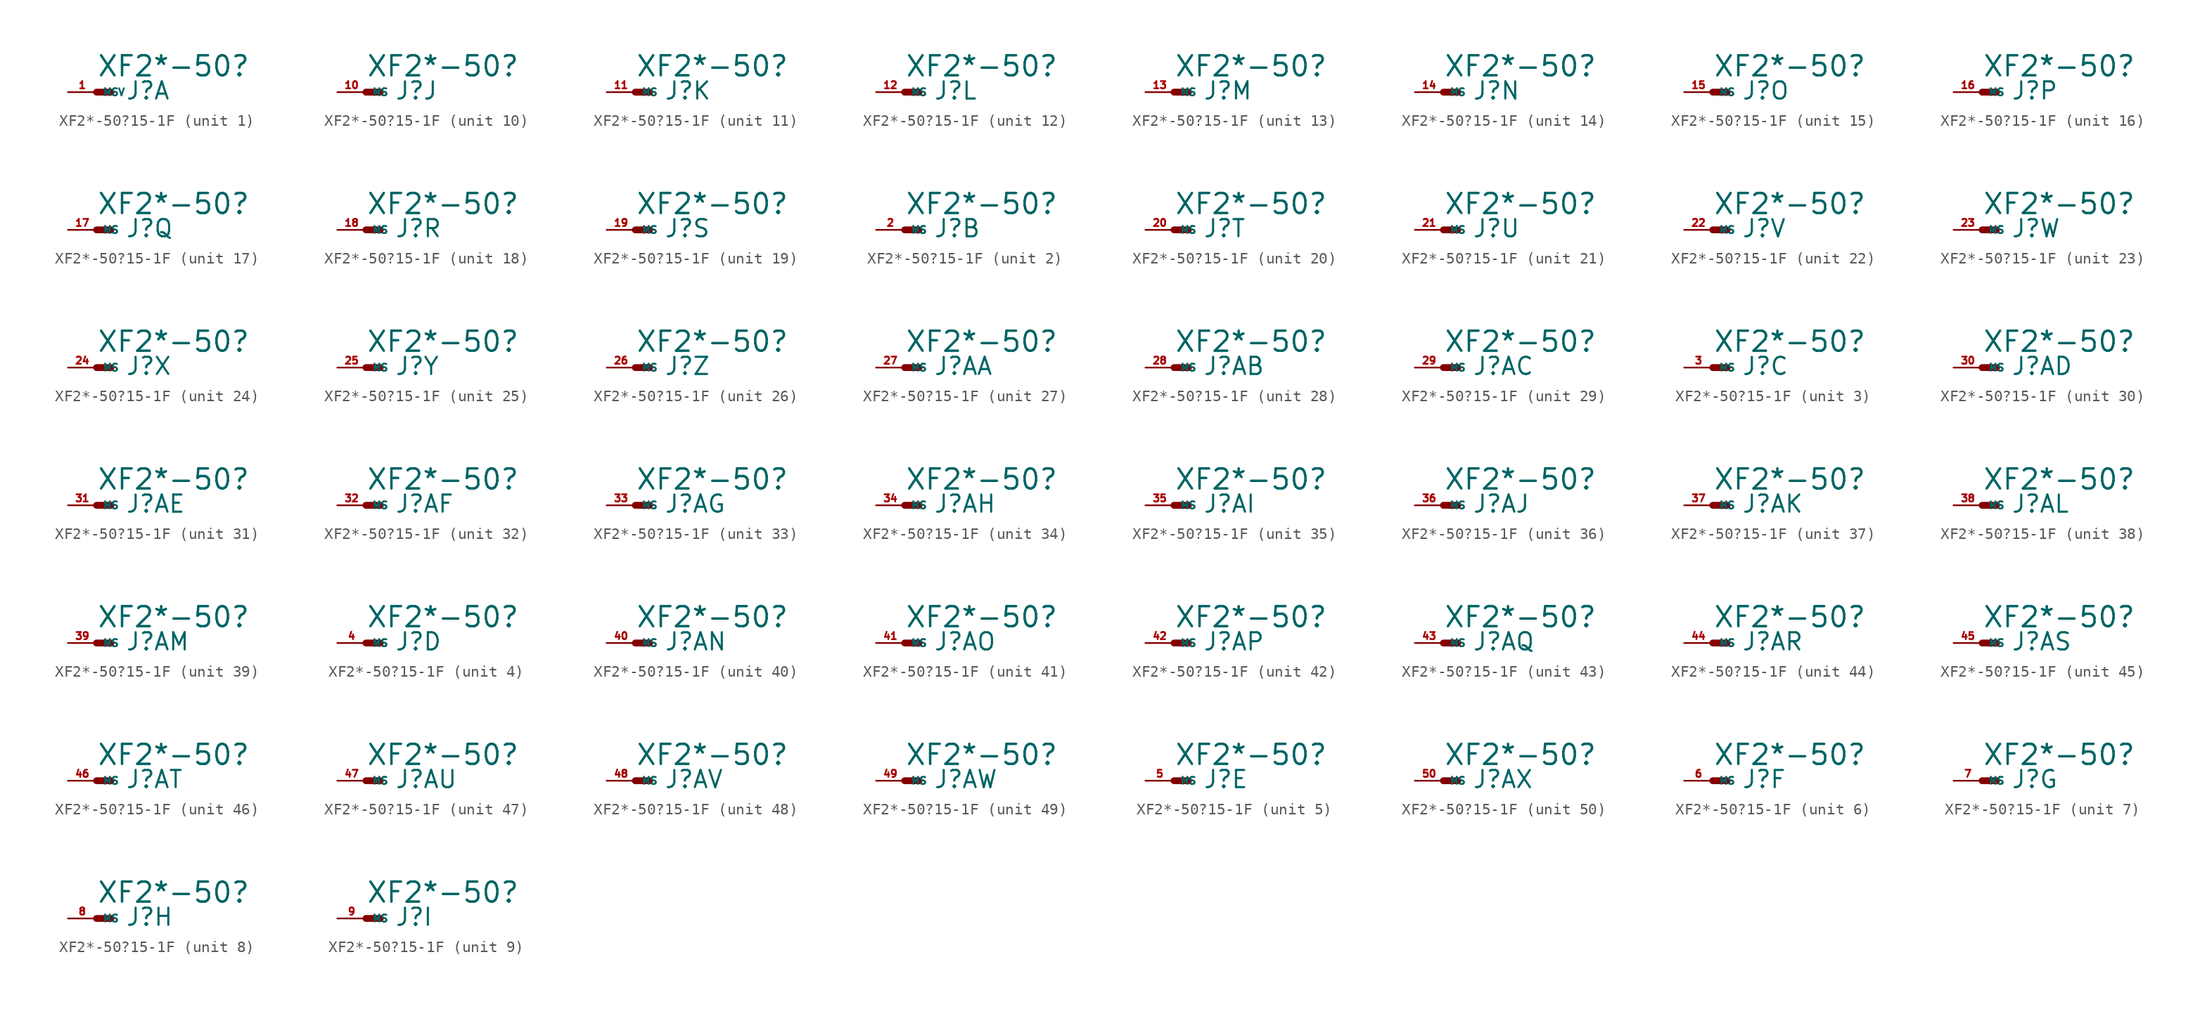
<source format=kicad_sym>
(kicad_symbol_lib
  (version 20220914)
  (generator Eagle2Kicad)
  (symbol "XF2*-50?15-1F"
    (property "Reference" "J"
      (at 2.54 -0.762 0)
      (effects (font (size 1.524 1.524) (thickness 0.19)) (justify left bottom)))
    (property "Value" "XF2*-50?"
      (at 0 1.27 0)
      (effects (font (size 1.778 1.778) (thickness 0.22)) (justify left bottom)))
    (symbol "XF2*-50?15-1F_1_0"
      (polyline (pts (xy 0 0) (xy 1.27 0)) (stroke (width 0.61) (type default)) (fill (type none)))
      (pin passive line (at -2.54 0 0) (length 2.54) (name "MSV" (effects (font (size 0.635 0.635) (thickness 0.08)) (justify left bottom))) (number "1" (effects (font (size 0.635 0.635) (thickness 0.08)) (justify left bottom)))))
    (symbol "XF2*-50?15-1F_2_0"
      (polyline (pts (xy 0 0) (xy 1.27 0)) (stroke (width 0.61) (type default)) (fill (type none)))
      (pin passive line (at -2.54 0 0) (length 2.54) (name "MS" (effects (font (size 0.635 0.635) (thickness 0.08)) (justify left bottom))) (number "2" (effects (font (size 0.635 0.635) (thickness 0.08)) (justify left bottom)))))
    (symbol "XF2*-50?15-1F_3_0"
      (polyline (pts (xy 0 0) (xy 1.27 0)) (stroke (width 0.61) (type default)) (fill (type none)))
      (pin passive line (at -2.54 0 0) (length 2.54) (name "MS" (effects (font (size 0.635 0.635) (thickness 0.08)) (justify left bottom))) (number "3" (effects (font (size 0.635 0.635) (thickness 0.08)) (justify left bottom)))))
    (symbol "XF2*-50?15-1F_4_0"
      (polyline (pts (xy 0 0) (xy 1.27 0)) (stroke (width 0.61) (type default)) (fill (type none)))
      (pin passive line (at -2.54 0 0) (length 2.54) (name "MS" (effects (font (size 0.635 0.635) (thickness 0.08)) (justify left bottom))) (number "4" (effects (font (size 0.635 0.635) (thickness 0.08)) (justify left bottom)))))
    (symbol "XF2*-50?15-1F_5_0"
      (polyline (pts (xy 0 0) (xy 1.27 0)) (stroke (width 0.61) (type default)) (fill (type none)))
      (pin passive line (at -2.54 0 0) (length 2.54) (name "MS" (effects (font (size 0.635 0.635) (thickness 0.08)) (justify left bottom))) (number "5" (effects (font (size 0.635 0.635) (thickness 0.08)) (justify left bottom)))))
    (symbol "XF2*-50?15-1F_6_0"
      (polyline (pts (xy 0 0) (xy 1.27 0)) (stroke (width 0.61) (type default)) (fill (type none)))
      (pin passive line (at -2.54 0 0) (length 2.54) (name "MS" (effects (font (size 0.635 0.635) (thickness 0.08)) (justify left bottom))) (number "6" (effects (font (size 0.635 0.635) (thickness 0.08)) (justify left bottom)))))
    (symbol "XF2*-50?15-1F_7_0"
      (polyline (pts (xy 0 0) (xy 1.27 0)) (stroke (width 0.61) (type default)) (fill (type none)))
      (pin passive line (at -2.54 0 0) (length 2.54) (name "MS" (effects (font (size 0.635 0.635) (thickness 0.08)) (justify left bottom))) (number "7" (effects (font (size 0.635 0.635) (thickness 0.08)) (justify left bottom)))))
    (symbol "XF2*-50?15-1F_8_0"
      (polyline (pts (xy 0 0) (xy 1.27 0)) (stroke (width 0.61) (type default)) (fill (type none)))
      (pin passive line (at -2.54 0 0) (length 2.54) (name "MS" (effects (font (size 0.635 0.635) (thickness 0.08)) (justify left bottom))) (number "8" (effects (font (size 0.635 0.635) (thickness 0.08)) (justify left bottom)))))
    (symbol "XF2*-50?15-1F_9_0"
      (polyline (pts (xy 0 0) (xy 1.27 0)) (stroke (width 0.61) (type default)) (fill (type none)))
      (pin passive line (at -2.54 0 0) (length 2.54) (name "MS" (effects (font (size 0.635 0.635) (thickness 0.08)) (justify left bottom))) (number "9" (effects (font (size 0.635 0.635) (thickness 0.08)) (justify left bottom)))))
    (symbol "XF2*-50?15-1F_10_0"
      (polyline (pts (xy 0 0) (xy 1.27 0)) (stroke (width 0.61) (type default)) (fill (type none)))
      (pin passive line (at -2.54 0 0) (length 2.54) (name "MS" (effects (font (size 0.635 0.635) (thickness 0.08)) (justify left bottom))) (number "10" (effects (font (size 0.635 0.635) (thickness 0.08)) (justify left bottom)))))
    (symbol "XF2*-50?15-1F_11_0"
      (polyline (pts (xy 0 0) (xy 1.27 0)) (stroke (width 0.61) (type default)) (fill (type none)))
      (pin passive line (at -2.54 0 0) (length 2.54) (name "MS" (effects (font (size 0.635 0.635) (thickness 0.08)) (justify left bottom))) (number "11" (effects (font (size 0.635 0.635) (thickness 0.08)) (justify left bottom)))))
    (symbol "XF2*-50?15-1F_12_0"
      (polyline (pts (xy 0 0) (xy 1.27 0)) (stroke (width 0.61) (type default)) (fill (type none)))
      (pin passive line (at -2.54 0 0) (length 2.54) (name "MS" (effects (font (size 0.635 0.635) (thickness 0.08)) (justify left bottom))) (number "12" (effects (font (size 0.635 0.635) (thickness 0.08)) (justify left bottom)))))
    (symbol "XF2*-50?15-1F_13_0"
      (polyline (pts (xy 0 0) (xy 1.27 0)) (stroke (width 0.61) (type default)) (fill (type none)))
      (pin passive line (at -2.54 0 0) (length 2.54) (name "MS" (effects (font (size 0.635 0.635) (thickness 0.08)) (justify left bottom))) (number "13" (effects (font (size 0.635 0.635) (thickness 0.08)) (justify left bottom)))))
    (symbol "XF2*-50?15-1F_14_0"
      (polyline (pts (xy 0 0) (xy 1.27 0)) (stroke (width 0.61) (type default)) (fill (type none)))
      (pin passive line (at -2.54 0 0) (length 2.54) (name "MS" (effects (font (size 0.635 0.635) (thickness 0.08)) (justify left bottom))) (number "14" (effects (font (size 0.635 0.635) (thickness 0.08)) (justify left bottom)))))
    (symbol "XF2*-50?15-1F_15_0"
      (polyline (pts (xy 0 0) (xy 1.27 0)) (stroke (width 0.61) (type default)) (fill (type none)))
      (pin passive line (at -2.54 0 0) (length 2.54) (name "MS" (effects (font (size 0.635 0.635) (thickness 0.08)) (justify left bottom))) (number "15" (effects (font (size 0.635 0.635) (thickness 0.08)) (justify left bottom)))))
    (symbol "XF2*-50?15-1F_16_0"
      (polyline (pts (xy 0 0) (xy 1.27 0)) (stroke (width 0.61) (type default)) (fill (type none)))
      (pin passive line (at -2.54 0 0) (length 2.54) (name "MS" (effects (font (size 0.635 0.635) (thickness 0.08)) (justify left bottom))) (number "16" (effects (font (size 0.635 0.635) (thickness 0.08)) (justify left bottom)))))
    (symbol "XF2*-50?15-1F_17_0"
      (polyline (pts (xy 0 0) (xy 1.27 0)) (stroke (width 0.61) (type default)) (fill (type none)))
      (pin passive line (at -2.54 0 0) (length 2.54) (name "MS" (effects (font (size 0.635 0.635) (thickness 0.08)) (justify left bottom))) (number "17" (effects (font (size 0.635 0.635) (thickness 0.08)) (justify left bottom)))))
    (symbol "XF2*-50?15-1F_18_0"
      (polyline (pts (xy 0 0) (xy 1.27 0)) (stroke (width 0.61) (type default)) (fill (type none)))
      (pin passive line (at -2.54 0 0) (length 2.54) (name "MS" (effects (font (size 0.635 0.635) (thickness 0.08)) (justify left bottom))) (number "18" (effects (font (size 0.635 0.635) (thickness 0.08)) (justify left bottom)))))
    (symbol "XF2*-50?15-1F_19_0"
      (polyline (pts (xy 0 0) (xy 1.27 0)) (stroke (width 0.61) (type default)) (fill (type none)))
      (pin passive line (at -2.54 0 0) (length 2.54) (name "MS" (effects (font (size 0.635 0.635) (thickness 0.08)) (justify left bottom))) (number "19" (effects (font (size 0.635 0.635) (thickness 0.08)) (justify left bottom)))))
    (symbol "XF2*-50?15-1F_20_0"
      (polyline (pts (xy 0 0) (xy 1.27 0)) (stroke (width 0.61) (type default)) (fill (type none)))
      (pin passive line (at -2.54 0 0) (length 2.54) (name "MS" (effects (font (size 0.635 0.635) (thickness 0.08)) (justify left bottom))) (number "20" (effects (font (size 0.635 0.635) (thickness 0.08)) (justify left bottom)))))
    (symbol "XF2*-50?15-1F_21_0"
      (polyline (pts (xy 0 0) (xy 1.27 0)) (stroke (width 0.61) (type default)) (fill (type none)))
      (pin passive line (at -2.54 0 0) (length 2.54) (name "MS" (effects (font (size 0.635 0.635) (thickness 0.08)) (justify left bottom))) (number "21" (effects (font (size 0.635 0.635) (thickness 0.08)) (justify left bottom)))))
    (symbol "XF2*-50?15-1F_22_0"
      (polyline (pts (xy 0 0) (xy 1.27 0)) (stroke (width 0.61) (type default)) (fill (type none)))
      (pin passive line (at -2.54 0 0) (length 2.54) (name "MS" (effects (font (size 0.635 0.635) (thickness 0.08)) (justify left bottom))) (number "22" (effects (font (size 0.635 0.635) (thickness 0.08)) (justify left bottom)))))
    (symbol "XF2*-50?15-1F_23_0"
      (polyline (pts (xy 0 0) (xy 1.27 0)) (stroke (width 0.61) (type default)) (fill (type none)))
      (pin passive line (at -2.54 0 0) (length 2.54) (name "MS" (effects (font (size 0.635 0.635) (thickness 0.08)) (justify left bottom))) (number "23" (effects (font (size 0.635 0.635) (thickness 0.08)) (justify left bottom)))))
    (symbol "XF2*-50?15-1F_24_0"
      (polyline (pts (xy 0 0) (xy 1.27 0)) (stroke (width 0.61) (type default)) (fill (type none)))
      (pin passive line (at -2.54 0 0) (length 2.54) (name "MS" (effects (font (size 0.635 0.635) (thickness 0.08)) (justify left bottom))) (number "24" (effects (font (size 0.635 0.635) (thickness 0.08)) (justify left bottom)))))
    (symbol "XF2*-50?15-1F_25_0"
      (polyline (pts (xy 0 0) (xy 1.27 0)) (stroke (width 0.61) (type default)) (fill (type none)))
      (pin passive line (at -2.54 0 0) (length 2.54) (name "MS" (effects (font (size 0.635 0.635) (thickness 0.08)) (justify left bottom))) (number "25" (effects (font (size 0.635 0.635) (thickness 0.08)) (justify left bottom)))))
    (symbol "XF2*-50?15-1F_26_0"
      (polyline (pts (xy 0 0) (xy 1.27 0)) (stroke (width 0.61) (type default)) (fill (type none)))
      (pin passive line (at -2.54 0 0) (length 2.54) (name "MS" (effects (font (size 0.635 0.635) (thickness 0.08)) (justify left bottom))) (number "26" (effects (font (size 0.635 0.635) (thickness 0.08)) (justify left bottom)))))
    (symbol "XF2*-50?15-1F_27_0"
      (polyline (pts (xy 0 0) (xy 1.27 0)) (stroke (width 0.61) (type default)) (fill (type none)))
      (pin passive line (at -2.54 0 0) (length 2.54) (name "MS" (effects (font (size 0.635 0.635) (thickness 0.08)) (justify left bottom))) (number "27" (effects (font (size 0.635 0.635) (thickness 0.08)) (justify left bottom)))))
    (symbol "XF2*-50?15-1F_28_0"
      (polyline (pts (xy 0 0) (xy 1.27 0)) (stroke (width 0.61) (type default)) (fill (type none)))
      (pin passive line (at -2.54 0 0) (length 2.54) (name "MS" (effects (font (size 0.635 0.635) (thickness 0.08)) (justify left bottom))) (number "28" (effects (font (size 0.635 0.635) (thickness 0.08)) (justify left bottom)))))
    (symbol "XF2*-50?15-1F_29_0"
      (polyline (pts (xy 0 0) (xy 1.27 0)) (stroke (width 0.61) (type default)) (fill (type none)))
      (pin passive line (at -2.54 0 0) (length 2.54) (name "MS" (effects (font (size 0.635 0.635) (thickness 0.08)) (justify left bottom))) (number "29" (effects (font (size 0.635 0.635) (thickness 0.08)) (justify left bottom)))))
    (symbol "XF2*-50?15-1F_30_0"
      (polyline (pts (xy 0 0) (xy 1.27 0)) (stroke (width 0.61) (type default)) (fill (type none)))
      (pin passive line (at -2.54 0 0) (length 2.54) (name "MS" (effects (font (size 0.635 0.635) (thickness 0.08)) (justify left bottom))) (number "30" (effects (font (size 0.635 0.635) (thickness 0.08)) (justify left bottom)))))
    (symbol "XF2*-50?15-1F_31_0"
      (polyline (pts (xy 0 0) (xy 1.27 0)) (stroke (width 0.61) (type default)) (fill (type none)))
      (pin passive line (at -2.54 0 0) (length 2.54) (name "MS" (effects (font (size 0.635 0.635) (thickness 0.08)) (justify left bottom))) (number "31" (effects (font (size 0.635 0.635) (thickness 0.08)) (justify left bottom)))))
    (symbol "XF2*-50?15-1F_32_0"
      (polyline (pts (xy 0 0) (xy 1.27 0)) (stroke (width 0.61) (type default)) (fill (type none)))
      (pin passive line (at -2.54 0 0) (length 2.54) (name "MS" (effects (font (size 0.635 0.635) (thickness 0.08)) (justify left bottom))) (number "32" (effects (font (size 0.635 0.635) (thickness 0.08)) (justify left bottom)))))
    (symbol "XF2*-50?15-1F_33_0"
      (polyline (pts (xy 0 0) (xy 1.27 0)) (stroke (width 0.61) (type default)) (fill (type none)))
      (pin passive line (at -2.54 0 0) (length 2.54) (name "MS" (effects (font (size 0.635 0.635) (thickness 0.08)) (justify left bottom))) (number "33" (effects (font (size 0.635 0.635) (thickness 0.08)) (justify left bottom)))))
    (symbol "XF2*-50?15-1F_34_0"
      (polyline (pts (xy 0 0) (xy 1.27 0)) (stroke (width 0.61) (type default)) (fill (type none)))
      (pin passive line (at -2.54 0 0) (length 2.54) (name "MS" (effects (font (size 0.635 0.635) (thickness 0.08)) (justify left bottom))) (number "34" (effects (font (size 0.635 0.635) (thickness 0.08)) (justify left bottom)))))
    (symbol "XF2*-50?15-1F_35_0"
      (polyline (pts (xy 0 0) (xy 1.27 0)) (stroke (width 0.61) (type default)) (fill (type none)))
      (pin passive line (at -2.54 0 0) (length 2.54) (name "MS" (effects (font (size 0.635 0.635) (thickness 0.08)) (justify left bottom))) (number "35" (effects (font (size 0.635 0.635) (thickness 0.08)) (justify left bottom)))))
    (symbol "XF2*-50?15-1F_36_0"
      (polyline (pts (xy 0 0) (xy 1.27 0)) (stroke (width 0.61) (type default)) (fill (type none)))
      (pin passive line (at -2.54 0 0) (length 2.54) (name "MS" (effects (font (size 0.635 0.635) (thickness 0.08)) (justify left bottom))) (number "36" (effects (font (size 0.635 0.635) (thickness 0.08)) (justify left bottom)))))
    (symbol "XF2*-50?15-1F_37_0"
      (polyline (pts (xy 0 0) (xy 1.27 0)) (stroke (width 0.61) (type default)) (fill (type none)))
      (pin passive line (at -2.54 0 0) (length 2.54) (name "MS" (effects (font (size 0.635 0.635) (thickness 0.08)) (justify left bottom))) (number "37" (effects (font (size 0.635 0.635) (thickness 0.08)) (justify left bottom)))))
    (symbol "XF2*-50?15-1F_38_0"
      (polyline (pts (xy 0 0) (xy 1.27 0)) (stroke (width 0.61) (type default)) (fill (type none)))
      (pin passive line (at -2.54 0 0) (length 2.54) (name "MS" (effects (font (size 0.635 0.635) (thickness 0.08)) (justify left bottom))) (number "38" (effects (font (size 0.635 0.635) (thickness 0.08)) (justify left bottom)))))
    (symbol "XF2*-50?15-1F_39_0"
      (polyline (pts (xy 0 0) (xy 1.27 0)) (stroke (width 0.61) (type default)) (fill (type none)))
      (pin passive line (at -2.54 0 0) (length 2.54) (name "MS" (effects (font (size 0.635 0.635) (thickness 0.08)) (justify left bottom))) (number "39" (effects (font (size 0.635 0.635) (thickness 0.08)) (justify left bottom)))))
    (symbol "XF2*-50?15-1F_40_0"
      (polyline (pts (xy 0 0) (xy 1.27 0)) (stroke (width 0.61) (type default)) (fill (type none)))
      (pin passive line (at -2.54 0 0) (length 2.54) (name "MS" (effects (font (size 0.635 0.635) (thickness 0.08)) (justify left bottom))) (number "40" (effects (font (size 0.635 0.635) (thickness 0.08)) (justify left bottom)))))
    (symbol "XF2*-50?15-1F_41_0"
      (polyline (pts (xy 0 0) (xy 1.27 0)) (stroke (width 0.61) (type default)) (fill (type none)))
      (pin passive line (at -2.54 0 0) (length 2.54) (name "MS" (effects (font (size 0.635 0.635) (thickness 0.08)) (justify left bottom))) (number "41" (effects (font (size 0.635 0.635) (thickness 0.08)) (justify left bottom)))))
    (symbol "XF2*-50?15-1F_42_0"
      (polyline (pts (xy 0 0) (xy 1.27 0)) (stroke (width 0.61) (type default)) (fill (type none)))
      (pin passive line (at -2.54 0 0) (length 2.54) (name "MS" (effects (font (size 0.635 0.635) (thickness 0.08)) (justify left bottom))) (number "42" (effects (font (size 0.635 0.635) (thickness 0.08)) (justify left bottom)))))
    (symbol "XF2*-50?15-1F_43_0"
      (polyline (pts (xy 0 0) (xy 1.27 0)) (stroke (width 0.61) (type default)) (fill (type none)))
      (pin passive line (at -2.54 0 0) (length 2.54) (name "MS" (effects (font (size 0.635 0.635) (thickness 0.08)) (justify left bottom))) (number "43" (effects (font (size 0.635 0.635) (thickness 0.08)) (justify left bottom)))))
    (symbol "XF2*-50?15-1F_44_0"
      (polyline (pts (xy 0 0) (xy 1.27 0)) (stroke (width 0.61) (type default)) (fill (type none)))
      (pin passive line (at -2.54 0 0) (length 2.54) (name "MS" (effects (font (size 0.635 0.635) (thickness 0.08)) (justify left bottom))) (number "44" (effects (font (size 0.635 0.635) (thickness 0.08)) (justify left bottom)))))
    (symbol "XF2*-50?15-1F_45_0"
      (polyline (pts (xy 0 0) (xy 1.27 0)) (stroke (width 0.61) (type default)) (fill (type none)))
      (pin passive line (at -2.54 0 0) (length 2.54) (name "MS" (effects (font (size 0.635 0.635) (thickness 0.08)) (justify left bottom))) (number "45" (effects (font (size 0.635 0.635) (thickness 0.08)) (justify left bottom)))))
    (symbol "XF2*-50?15-1F_46_0"
      (polyline (pts (xy 0 0) (xy 1.27 0)) (stroke (width 0.61) (type default)) (fill (type none)))
      (pin passive line (at -2.54 0 0) (length 2.54) (name "MS" (effects (font (size 0.635 0.635) (thickness 0.08)) (justify left bottom))) (number "46" (effects (font (size 0.635 0.635) (thickness 0.08)) (justify left bottom)))))
    (symbol "XF2*-50?15-1F_47_0"
      (polyline (pts (xy 0 0) (xy 1.27 0)) (stroke (width 0.61) (type default)) (fill (type none)))
      (pin passive line (at -2.54 0 0) (length 2.54) (name "MS" (effects (font (size 0.635 0.635) (thickness 0.08)) (justify left bottom))) (number "47" (effects (font (size 0.635 0.635) (thickness 0.08)) (justify left bottom)))))
    (symbol "XF2*-50?15-1F_48_0"
      (polyline (pts (xy 0 0) (xy 1.27 0)) (stroke (width 0.61) (type default)) (fill (type none)))
      (pin passive line (at -2.54 0 0) (length 2.54) (name "MS" (effects (font (size 0.635 0.635) (thickness 0.08)) (justify left bottom))) (number "48" (effects (font (size 0.635 0.635) (thickness 0.08)) (justify left bottom)))))
    (symbol "XF2*-50?15-1F_49_0"
      (polyline (pts (xy 0 0) (xy 1.27 0)) (stroke (width 0.61) (type default)) (fill (type none)))
      (pin passive line (at -2.54 0 0) (length 2.54) (name "MS" (effects (font (size 0.635 0.635) (thickness 0.08)) (justify left bottom))) (number "49" (effects (font (size 0.635 0.635) (thickness 0.08)) (justify left bottom)))))
    (symbol "XF2*-50?15-1F_50_0"
      (polyline (pts (xy 0 0) (xy 1.27 0)) (stroke (width 0.61) (type default)) (fill (type none)))
      (pin passive line (at -2.54 0 0) (length 2.54) (name "MS" (effects (font (size 0.635 0.635) (thickness 0.08)) (justify left bottom))) (number "50" (effects (font (size 0.635 0.635) (thickness 0.08)) (justify left bottom)))))))
</source>
